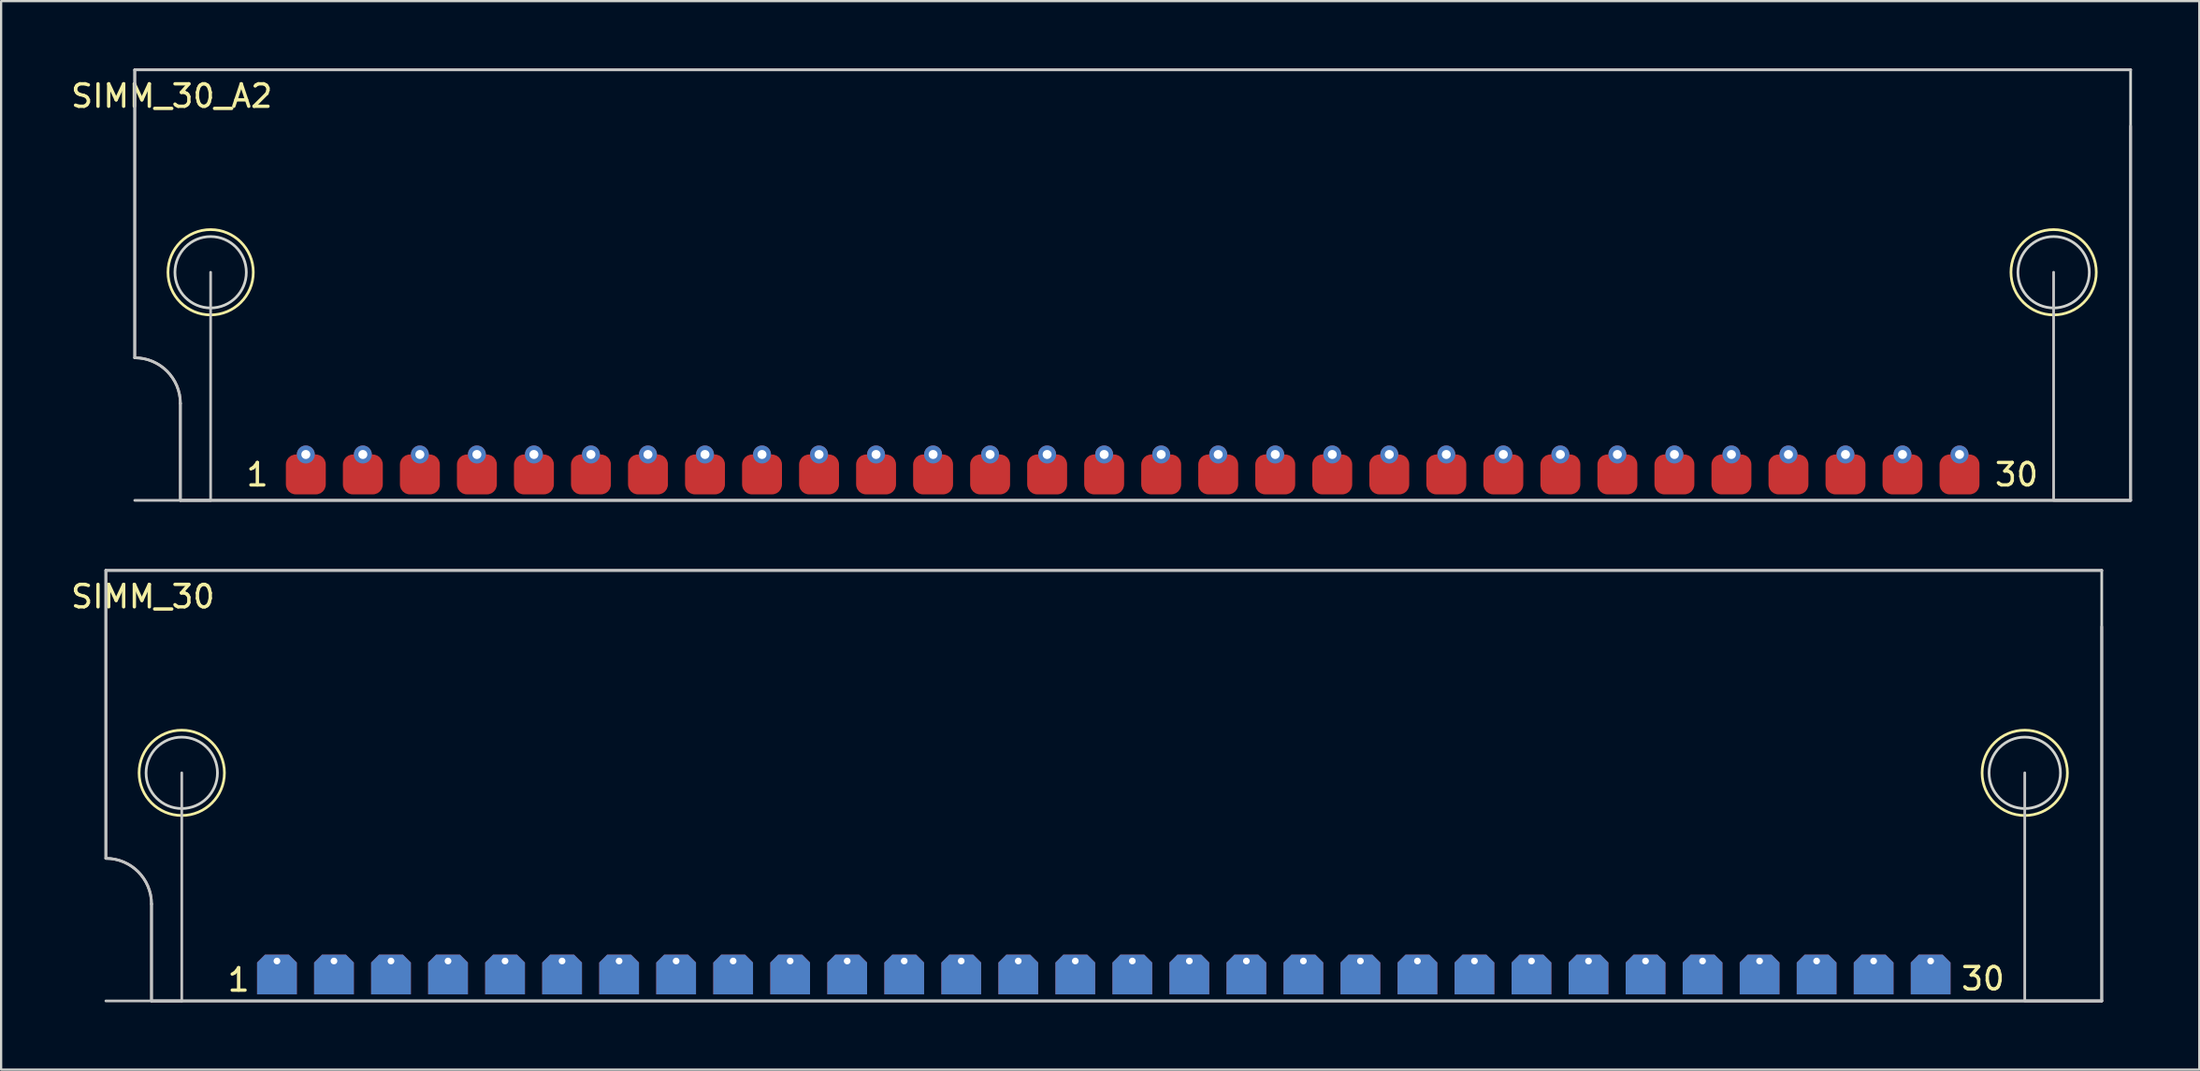
<source format=kicad_pcb>
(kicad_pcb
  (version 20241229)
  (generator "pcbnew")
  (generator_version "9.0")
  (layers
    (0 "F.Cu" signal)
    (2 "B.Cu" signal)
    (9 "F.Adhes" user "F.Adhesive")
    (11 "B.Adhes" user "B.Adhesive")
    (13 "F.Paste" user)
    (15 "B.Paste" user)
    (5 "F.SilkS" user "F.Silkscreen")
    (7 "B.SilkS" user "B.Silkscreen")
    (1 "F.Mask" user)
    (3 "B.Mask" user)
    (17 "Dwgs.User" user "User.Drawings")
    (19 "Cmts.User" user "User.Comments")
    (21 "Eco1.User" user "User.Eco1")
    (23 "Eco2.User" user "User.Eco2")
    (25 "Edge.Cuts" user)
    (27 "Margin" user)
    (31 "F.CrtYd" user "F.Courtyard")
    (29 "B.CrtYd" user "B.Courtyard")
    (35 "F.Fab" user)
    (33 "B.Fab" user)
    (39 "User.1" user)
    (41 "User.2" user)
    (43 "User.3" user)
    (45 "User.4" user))
  (footprint "SIMM_30"
    (layer "F.Cu")
    (at 44.846 39.756)
    (property "Reference" "SIMM_30" (at -41.531 -16.231 0) (unlocked yes) (layer "F.SilkS") (effects (font (size 1 1) (thickness 0.15))))
    (attr smd)
    (fp_circle (center -39.8 -8.382) (end -37.9 -8.382) (stroke (width 0.12) (type solid)) (fill no) (layer "F.SilkS"))
    (fp_circle (center 42.291 -8.382) (end 44.191 -8.382) (stroke (width 0.12) (type solid)) (fill no) (layer "F.SilkS"))
    (fp_line (start -43.18 -17.399) (end 45.72 -17.399) (stroke (width 0.12) (type solid)) (layer "Dwgs.User"))
    (fp_line (start -43.18 -4.572) (end -43.18 -17.399) (stroke (width 0.12) (type solid)) (layer "Dwgs.User"))
    (fp_line (start -41.148 -2.54) (end -41.148 1.778) (stroke (width 0.12) (type solid)) (layer "Dwgs.User"))
    (fp_line (start -41.148 1.778) (end 45.72 1.778) (stroke (width 0.12) (type solid)) (layer "Dwgs.User"))
    (fp_line (start -39.8 1.778) (end -43.18 1.778) (stroke (width 0.12) (type solid)) (layer "Dwgs.User"))
    (fp_line (start -39.8 1.778) (end -39.8 -8.382) (stroke (width 0.12) (type solid)) (layer "Dwgs.User"))
    (fp_line (start 42.291 1.778) (end 42.291 -8.382) (stroke (width 0.12) (type solid)) (layer "Dwgs.User"))
    (fp_line (start 45.72 1.778) (end 42.34 1.778) (stroke (width 0.12) (type solid)) (layer "Dwgs.User"))
    (fp_line (start 45.72 1.778) (end 45.72 -14.892) (stroke (width 0.12) (type solid)) (layer "Dwgs.User"))
    (fp_arc (start -43.18 -4.572) (mid -41.743159 -3.976841) (end -41.148 -2.54) (stroke (width 0.12) (type solid)) (layer "Dwgs.User"))
    (fp_line (start -43.18 -17.399) (end 45.72 -17.399) (stroke (width 0.12) (type solid)) (layer "Edge.Cuts"))
    (fp_line (start -43.18 -4.572) (end -43.18 -17.399) (stroke (width 0.12) (type solid)) (layer "Edge.Cuts"))
    (fp_line (start -41.148 -2.54) (end -41.148 1.778) (stroke (width 0.12) (type solid)) (layer "Edge.Cuts"))
    (fp_line (start -41.148 1.778) (end 45.72 1.778) (stroke (width 0.12) (type solid)) (layer "Edge.Cuts"))
    (fp_line (start 45.72 1.778) (end 45.72 -17.399) (stroke (width 0.12) (type solid)) (layer "Edge.Cuts"))
    (fp_arc (start -43.18 -4.572) (mid -41.743159 -3.976841) (end -41.148 -2.54) (stroke (width 0.12) (type solid)) (layer "Edge.Cuts"))
    (fp_circle (center -39.8 -8.382) (end -38.21 -8.382) (stroke (width 0.12) (type solid)) (fill no) (layer "Edge.Cuts"))
    (fp_circle (center 42.291 -8.382) (end 43.881 -8.382) (stroke (width 0.12) (type solid)) (fill no) (layer "Edge.Cuts"))
    (fp_text user "1" (at -37.267 0.841 0) (unlocked yes) (layer "F.SilkS") (effects (font (size 1 1) (thickness 0.15))))
    (fp_text user "30" (at 40.431 0.79 0) (unlocked yes) (layer "F.SilkS") (effects (font (size 1 1) (thickness 0.15))))
    (pad "1" thru_hole roundrect (at -35.56 0 270) (size 1.77 1.77) (drill 0.3 (offset 0.6 0)) (layers "*.Cu" "*.Mask") (remove_unused_layers yes) (keep_end_layers yes) (zone_layer_connections) (roundrect_rratio 0) (chamfer_ratio 0.2) (chamfer top_left bottom_left))
    (pad "2" thru_hole roundrect (at -33.02 0 270) (size 1.77 1.77) (drill 0.3 (offset 0.6 0)) (layers "*.Cu" "*.Mask") (remove_unused_layers yes) (keep_end_layers yes) (zone_layer_connections) (roundrect_rratio 0) (chamfer_ratio 0.2) (chamfer top_left bottom_left))
    (pad "3" thru_hole roundrect (at -30.48 0 270) (size 1.77 1.77) (drill 0.3 (offset 0.6 0)) (layers "*.Cu" "*.Mask") (remove_unused_layers yes) (keep_end_layers yes) (zone_layer_connections) (roundrect_rratio 0) (chamfer_ratio 0.2) (chamfer top_left bottom_left))
    (pad "4" thru_hole roundrect (at -27.94 0 270) (size 1.77 1.77) (drill 0.3 (offset 0.6 0)) (layers "*.Cu" "*.Mask") (remove_unused_layers yes) (keep_end_layers yes) (zone_layer_connections) (roundrect_rratio 0) (chamfer_ratio 0.2) (chamfer top_left bottom_left))
    (pad "5" thru_hole roundrect (at -25.4 0 270) (size 1.77 1.77) (drill 0.3 (offset 0.6 0)) (layers "*.Cu" "*.Mask") (remove_unused_layers yes) (keep_end_layers yes) (zone_layer_connections) (roundrect_rratio 0) (chamfer_ratio 0.2) (chamfer top_left bottom_left))
    (pad "6" thru_hole roundrect (at -22.86 0 270) (size 1.77 1.77) (drill 0.3 (offset 0.6 0)) (layers "*.Cu" "*.Mask") (remove_unused_layers yes) (keep_end_layers yes) (zone_layer_connections) (roundrect_rratio 0) (chamfer_ratio 0.2) (chamfer top_left bottom_left))
    (pad "7" thru_hole roundrect (at -20.32 0 270) (size 1.77 1.77) (drill 0.3 (offset 0.6 0)) (layers "*.Cu" "*.Mask") (remove_unused_layers yes) (keep_end_layers yes) (zone_layer_connections) (roundrect_rratio 0) (chamfer_ratio 0.2) (chamfer top_left bottom_left))
    (pad "8" thru_hole roundrect (at -17.78 0 270) (size 1.77 1.77) (drill 0.3 (offset 0.6 0)) (layers "*.Cu" "*.Mask") (remove_unused_layers yes) (keep_end_layers yes) (zone_layer_connections) (roundrect_rratio 0) (chamfer_ratio 0.2) (chamfer top_left bottom_left))
    (pad "9" thru_hole roundrect (at -15.24 0 270) (size 1.77 1.77) (drill 0.3 (offset 0.6 0)) (layers "*.Cu" "*.Mask") (remove_unused_layers yes) (keep_end_layers yes) (zone_layer_connections) (roundrect_rratio 0) (chamfer_ratio 0.2) (chamfer top_left bottom_left))
    (pad "10" thru_hole roundrect (at -12.7 0 270) (size 1.77 1.77) (drill 0.3 (offset 0.6 0)) (layers "*.Cu" "*.Mask") (remove_unused_layers yes) (keep_end_layers yes) (zone_layer_connections) (roundrect_rratio 0) (chamfer_ratio 0.2) (chamfer top_left bottom_left))
    (pad "11" thru_hole roundrect (at -10.16 0 270) (size 1.77 1.77) (drill 0.3 (offset 0.6 0)) (layers "*.Cu" "*.Mask") (remove_unused_layers yes) (keep_end_layers yes) (zone_layer_connections) (roundrect_rratio 0) (chamfer_ratio 0.2) (chamfer top_left bottom_left))
    (pad "12" thru_hole roundrect (at -7.62 0 270) (size 1.77 1.77) (drill 0.3 (offset 0.6 0)) (layers "*.Cu" "*.Mask") (remove_unused_layers yes) (keep_end_layers yes) (zone_layer_connections) (roundrect_rratio 0) (chamfer_ratio 0.2) (chamfer top_left bottom_left))
    (pad "13" thru_hole roundrect (at -5.08 0 270) (size 1.77 1.77) (drill 0.3 (offset 0.6 0)) (layers "*.Cu" "*.Mask") (remove_unused_layers yes) (keep_end_layers yes) (zone_layer_connections) (roundrect_rratio 0) (chamfer_ratio 0.2) (chamfer top_left bottom_left))
    (pad "14" thru_hole roundrect (at -2.54 0 270) (size 1.77 1.77) (drill 0.3 (offset 0.6 0)) (layers "*.Cu" "*.Mask") (remove_unused_layers yes) (keep_end_layers yes) (zone_layer_connections) (roundrect_rratio 0) (chamfer_ratio 0.2) (chamfer top_left bottom_left))
    (pad "15" thru_hole roundrect (at 0 0 270) (size 1.77 1.77) (drill 0.3 (offset 0.6 0)) (layers "*.Cu" "*.Mask") (remove_unused_layers yes) (keep_end_layers yes) (zone_layer_connections) (roundrect_rratio 0) (chamfer_ratio 0.2) (chamfer top_left bottom_left))
    (pad "16" thru_hole roundrect (at 2.54 0 270) (size 1.77 1.77) (drill 0.3 (offset 0.6 0)) (layers "*.Cu" "*.Mask") (remove_unused_layers yes) (keep_end_layers yes) (zone_layer_connections) (roundrect_rratio 0) (chamfer_ratio 0.2) (chamfer top_left bottom_left))
    (pad "17" thru_hole roundrect (at 5.08 0 270) (size 1.77 1.77) (drill 0.3 (offset 0.6 0)) (layers "*.Cu" "*.Mask") (remove_unused_layers yes) (keep_end_layers yes) (zone_layer_connections) (roundrect_rratio 0) (chamfer_ratio 0.2) (chamfer top_left bottom_left))
    (pad "18" thru_hole roundrect (at 7.62 0 270) (size 1.77 1.77) (drill 0.3 (offset 0.6 0)) (layers "*.Cu" "*.Mask") (remove_unused_layers yes) (keep_end_layers yes) (zone_layer_connections) (roundrect_rratio 0) (chamfer_ratio 0.2) (chamfer top_left bottom_left))
    (pad "19" thru_hole roundrect (at 10.16 0 270) (size 1.77 1.77) (drill 0.3 (offset 0.6 0)) (layers "*.Cu" "*.Mask") (remove_unused_layers yes) (keep_end_layers yes) (zone_layer_connections) (roundrect_rratio 0) (chamfer_ratio 0.2) (chamfer top_left bottom_left))
    (pad "20" thru_hole roundrect (at 12.7 0 270) (size 1.77 1.77) (drill 0.3 (offset 0.6 0)) (layers "*.Cu" "*.Mask") (remove_unused_layers yes) (keep_end_layers yes) (zone_layer_connections) (roundrect_rratio 0) (chamfer_ratio 0.2) (chamfer top_left bottom_left))
    (pad "21" thru_hole roundrect (at 15.24 0 270) (size 1.77 1.77) (drill 0.3 (offset 0.6 0)) (layers "*.Cu" "*.Mask") (remove_unused_layers yes) (keep_end_layers yes) (zone_layer_connections) (roundrect_rratio 0) (chamfer_ratio 0.2) (chamfer top_left bottom_left))
    (pad "22" thru_hole roundrect (at 17.78 0 270) (size 1.77 1.77) (drill 0.3 (offset 0.6 0)) (layers "*.Cu" "*.Mask") (remove_unused_layers yes) (keep_end_layers yes) (zone_layer_connections) (roundrect_rratio 0) (chamfer_ratio 0.2) (chamfer top_left bottom_left))
    (pad "23" thru_hole roundrect (at 20.32 0 270) (size 1.77 1.77) (drill 0.3 (offset 0.6 0)) (layers "*.Cu" "*.Mask") (remove_unused_layers yes) (keep_end_layers yes) (zone_layer_connections) (roundrect_rratio 0) (chamfer_ratio 0.2) (chamfer top_left bottom_left))
    (pad "24" thru_hole roundrect (at 22.86 0 270) (size 1.77 1.77) (drill 0.3 (offset 0.6 0)) (layers "*.Cu" "*.Mask") (remove_unused_layers yes) (keep_end_layers yes) (zone_layer_connections) (roundrect_rratio 0) (chamfer_ratio 0.2) (chamfer top_left bottom_left))
    (pad "25" thru_hole roundrect (at 25.4 0 270) (size 1.77 1.77) (drill 0.3 (offset 0.6 0)) (layers "*.Cu" "*.Mask") (remove_unused_layers yes) (keep_end_layers yes) (zone_layer_connections) (roundrect_rratio 0) (chamfer_ratio 0.2) (chamfer top_left bottom_left))
    (pad "26" thru_hole roundrect (at 27.94 0 270) (size 1.77 1.77) (drill 0.3 (offset 0.6 0)) (layers "*.Cu" "*.Mask") (remove_unused_layers yes) (keep_end_layers yes) (zone_layer_connections) (roundrect_rratio 0) (chamfer_ratio 0.2) (chamfer top_left bottom_left))
    (pad "27" thru_hole roundrect (at 30.48 0 270) (size 1.77 1.77) (drill 0.3 (offset 0.6 0)) (layers "*.Cu" "*.Mask") (remove_unused_layers yes) (keep_end_layers yes) (zone_layer_connections) (roundrect_rratio 0) (chamfer_ratio 0.2) (chamfer top_left bottom_left))
    (pad "28" thru_hole roundrect (at 33.02 0 270) (size 1.77 1.77) (drill 0.3 (offset 0.6 0)) (layers "*.Cu" "*.Mask") (remove_unused_layers yes) (keep_end_layers yes) (zone_layer_connections) (roundrect_rratio 0) (chamfer_ratio 0.2) (chamfer top_left bottom_left))
    (pad "29" thru_hole roundrect (at 35.56 0 270) (size 1.77 1.77) (drill 0.3 (offset 0.6 0)) (layers "*.Cu" "*.Mask") (remove_unused_layers yes) (keep_end_layers yes) (zone_layer_connections) (roundrect_rratio 0) (chamfer_ratio 0.2) (chamfer top_left bottom_left))
    (pad "30" thru_hole roundrect (at 38.1 0 270) (size 1.77 1.77) (drill 0.3 (offset 0.6 0)) (layers "*.Cu" "*.Mask") (remove_unused_layers yes) (keep_end_layers yes) (zone_layer_connections) (roundrect_rratio 0) (chamfer_ratio 0.2) (chamfer top_left bottom_left)))
  (footprint "SIMM_30_A2"
    (layer "F.Cu")
    (at 46.132 17.459)
    (property "Reference" "SIMM_30_A2" (at -41.531 -16.231 0) (unlocked yes) (layer "F.SilkS") (effects (font (size 1 1) (thickness 0.15))))
    (attr smd)
    (fp_circle (center -39.8 -8.382) (end -37.9 -8.382) (stroke (width 0.12) (type solid)) (fill no) (layer "F.SilkS"))
    (fp_circle (center 42.291 -8.382) (end 44.191 -8.382) (stroke (width 0.12) (type solid)) (fill no) (layer "F.SilkS"))
    (fp_line (start -43.18 -17.399) (end 45.72 -17.399) (stroke (width 0.12) (type solid)) (layer "Dwgs.User"))
    (fp_line (start -43.18 -4.572) (end -43.18 -17.399) (stroke (width 0.12) (type solid)) (layer "Dwgs.User"))
    (fp_line (start -41.148 -2.54) (end -41.148 1.778) (stroke (width 0.12) (type solid)) (layer "Dwgs.User"))
    (fp_line (start -41.148 1.778) (end 45.72 1.778) (stroke (width 0.12) (type solid)) (layer "Dwgs.User"))
    (fp_line (start -39.8 1.778) (end -43.18 1.778) (stroke (width 0.12) (type solid)) (layer "Dwgs.User"))
    (fp_line (start -39.8 1.778) (end -39.8 -8.382) (stroke (width 0.12) (type solid)) (layer "Dwgs.User"))
    (fp_line (start 42.291 1.778) (end 42.291 -8.382) (stroke (width 0.12) (type solid)) (layer "Dwgs.User"))
    (fp_line (start 45.72 1.778) (end 42.34 1.778) (stroke (width 0.12) (type solid)) (layer "Dwgs.User"))
    (fp_line (start 45.72 1.778) (end 45.72 -14.892) (stroke (width 0.12) (type solid)) (layer "Dwgs.User"))
    (fp_arc (start -43.18 -4.572) (mid -41.743159 -3.976841) (end -41.148 -2.54) (stroke (width 0.12) (type solid)) (layer "Dwgs.User"))
    (fp_line (start -43.18 -17.399) (end 45.72 -17.399) (stroke (width 0.12) (type solid)) (layer "Edge.Cuts"))
    (fp_line (start -43.18 -4.572) (end -43.18 -17.399) (stroke (width 0.12) (type solid)) (layer "Edge.Cuts"))
    (fp_line (start -41.148 -2.54) (end -41.148 1.778) (stroke (width 0.12) (type solid)) (layer "Edge.Cuts"))
    (fp_line (start -41.148 1.778) (end 45.72 1.778) (stroke (width 0.12) (type solid)) (layer "Edge.Cuts"))
    (fp_line (start 45.72 1.778) (end 45.72 -17.399) (stroke (width 0.12) (type solid)) (layer "Edge.Cuts"))
    (fp_arc (start -43.18 -4.572) (mid -41.743159 -3.976841) (end -41.148 -2.54) (stroke (width 0.12) (type solid)) (layer "Edge.Cuts"))
    (fp_circle (center -39.8 -8.382) (end -38.21 -8.382) (stroke (width 0.12) (type solid)) (fill no) (layer "Edge.Cuts"))
    (fp_circle (center 42.291 -8.382) (end 43.881 -8.382) (stroke (width 0.12) (type solid)) (fill no) (layer "Edge.Cuts"))
    (fp_text user "30" (at 40.64 0.635 0) (unlocked yes) (layer "F.SilkS") (effects (font (size 1 1) (thickness 0.15))))
    (fp_text user "1" (at -37.719 0.635 0) (unlocked yes) (layer "F.SilkS") (effects (font (size 1 1) (thickness 0.15))))
    (pad "1" thru_hole circle (at -35.56 -0.265) (size 0.8 0.8) (drill 0.4) (layers "*.Cu" "*.Mask"))
    (pad "1" smd roundrect (at -35.56 0.624) (size 1.778 1.778) (layers "*.Mask" "F.Cu") (roundrect_rratio 0.25))
    (pad "2" thru_hole circle (at -33.02 -0.265) (size 0.8 0.8) (drill 0.4) (layers "*.Cu" "*.Mask"))
    (pad "2" smd roundrect (at -33.02 0.624) (size 1.778 1.778) (layers "*.Mask" "F.Cu") (roundrect_rratio 0.25))
    (pad "3" thru_hole circle (at -30.48 -0.265) (size 0.8 0.8) (drill 0.4) (layers "*.Cu" "*.Mask"))
    (pad "3" smd roundrect (at -30.48 0.624) (size 1.778 1.778) (layers "*.Mask" "F.Cu") (roundrect_rratio 0.25))
    (pad "4" thru_hole circle (at -27.94 -0.265) (size 0.8 0.8) (drill 0.4) (layers "*.Cu" "*.Mask"))
    (pad "4" smd roundrect (at -27.94 0.624) (size 1.778 1.778) (layers "*.Mask" "F.Cu") (roundrect_rratio 0.25))
    (pad "5" thru_hole circle (at -25.4 -0.265) (size 0.8 0.8) (drill 0.4) (layers "*.Cu" "*.Mask"))
    (pad "5" smd roundrect (at -25.4 0.624) (size 1.778 1.778) (layers "*.Mask" "F.Cu") (roundrect_rratio 0.25))
    (pad "6" thru_hole circle (at -22.86 -0.265) (size 0.8 0.8) (drill 0.4) (layers "*.Cu" "*.Mask"))
    (pad "6" smd roundrect (at -22.86 0.624) (size 1.778 1.778) (layers "*.Mask" "F.Cu") (roundrect_rratio 0.25))
    (pad "7" thru_hole circle (at -20.32 -0.265) (size 0.8 0.8) (drill 0.4) (layers "*.Cu" "*.Mask"))
    (pad "7" smd roundrect (at -20.32 0.624) (size 1.778 1.778) (layers "*.Mask" "F.Cu") (roundrect_rratio 0.25))
    (pad "8" thru_hole circle (at -17.78 -0.265) (size 0.8 0.8) (drill 0.4) (layers "*.Cu" "*.Mask"))
    (pad "8" smd roundrect (at -17.78 0.624) (size 1.778 1.778) (layers "*.Mask" "F.Cu") (roundrect_rratio 0.25))
    (pad "9" thru_hole circle (at -15.24 -0.265) (size 0.8 0.8) (drill 0.4) (layers "*.Cu" "*.Mask"))
    (pad "9" smd roundrect (at -15.24 0.624) (size 1.778 1.778) (layers "*.Mask" "F.Cu") (roundrect_rratio 0.25))
    (pad "10" thru_hole circle (at -12.7 -0.265) (size 0.8 0.8) (drill 0.4) (layers "*.Cu" "*.Mask"))
    (pad "10" smd roundrect (at -12.7 0.624) (size 1.778 1.778) (layers "*.Mask" "F.Cu") (roundrect_rratio 0.25))
    (pad "11" thru_hole circle (at -10.16 -0.265) (size 0.8 0.8) (drill 0.4) (layers "*.Cu" "*.Mask"))
    (pad "11" smd roundrect (at -10.16 0.624) (size 1.778 1.778) (layers "*.Mask" "F.Cu") (roundrect_rratio 0.25))
    (pad "12" thru_hole circle (at -7.62 -0.265) (size 0.8 0.8) (drill 0.4) (layers "*.Cu" "*.Mask"))
    (pad "12" smd roundrect (at -7.62 0.624) (size 1.778 1.778) (layers "*.Mask" "F.Cu") (roundrect_rratio 0.25))
    (pad "13" thru_hole circle (at -5.08 -0.265) (size 0.8 0.8) (drill 0.4) (layers "*.Cu" "*.Mask"))
    (pad "13" smd roundrect (at -5.08 0.624) (size 1.778 1.778) (layers "*.Mask" "F.Cu") (roundrect_rratio 0.25))
    (pad "14" thru_hole circle (at -2.54 -0.265) (size 0.8 0.8) (drill 0.4) (layers "*.Cu" "*.Mask"))
    (pad "14" smd roundrect (at -2.54 0.624) (size 1.778 1.778) (layers "*.Mask" "F.Cu") (roundrect_rratio 0.25))
    (pad "15" thru_hole circle (at 0 -0.265) (size 0.8 0.8) (drill 0.4) (layers "*.Cu" "*.Mask"))
    (pad "15" smd roundrect (at 0 0.624) (size 1.778 1.778) (layers "*.Mask" "F.Cu") (roundrect_rratio 0.25))
    (pad "16" thru_hole circle (at 2.54 -0.265) (size 0.8 0.8) (drill 0.4) (layers "*.Cu" "*.Mask"))
    (pad "16" smd roundrect (at 2.54 0.624) (size 1.778 1.778) (layers "*.Mask" "F.Cu") (roundrect_rratio 0.25))
    (pad "17" thru_hole circle (at 5.08 -0.265) (size 0.8 0.8) (drill 0.4) (layers "*.Cu" "*.Mask"))
    (pad "17" smd roundrect (at 5.08 0.624) (size 1.778 1.778) (layers "*.Mask" "F.Cu") (roundrect_rratio 0.25))
    (pad "18" thru_hole circle (at 7.62 -0.265) (size 0.8 0.8) (drill 0.4) (layers "*.Cu" "*.Mask"))
    (pad "18" smd roundrect (at 7.62 0.624) (size 1.778 1.778) (layers "*.Mask" "F.Cu") (roundrect_rratio 0.25))
    (pad "19" thru_hole circle (at 10.16 -0.265) (size 0.8 0.8) (drill 0.4) (layers "*.Cu" "*.Mask"))
    (pad "19" smd roundrect (at 10.16 0.624) (size 1.778 1.778) (layers "*.Mask" "F.Cu") (roundrect_rratio 0.25))
    (pad "20" thru_hole circle (at 12.7 -0.265) (size 0.8 0.8) (drill 0.4) (layers "*.Cu" "*.Mask"))
    (pad "20" smd roundrect (at 12.7 0.624) (size 1.778 1.778) (layers "*.Mask" "F.Cu") (roundrect_rratio 0.25))
    (pad "21" thru_hole circle (at 15.24 -0.265) (size 0.8 0.8) (drill 0.4) (layers "*.Cu" "*.Mask"))
    (pad "21" smd roundrect (at 15.24 0.624) (size 1.778 1.778) (layers "*.Mask" "F.Cu") (roundrect_rratio 0.25))
    (pad "22" thru_hole circle (at 17.78 -0.265) (size 0.8 0.8) (drill 0.4) (layers "*.Cu" "*.Mask"))
    (pad "22" smd roundrect (at 17.78 0.624) (size 1.778 1.778) (layers "*.Mask" "F.Cu") (roundrect_rratio 0.25))
    (pad "23" thru_hole circle (at 20.32 -0.265) (size 0.8 0.8) (drill 0.4) (layers "*.Cu" "*.Mask"))
    (pad "23" smd roundrect (at 20.32 0.624) (size 1.778 1.778) (layers "*.Mask" "F.Cu") (roundrect_rratio 0.25))
    (pad "24" thru_hole circle (at 22.86 -0.265) (size 0.8 0.8) (drill 0.4) (layers "*.Cu" "*.Mask"))
    (pad "24" smd roundrect (at 22.86 0.624) (size 1.778 1.778) (layers "*.Mask" "F.Cu") (roundrect_rratio 0.25))
    (pad "25" thru_hole circle (at 25.4 -0.265) (size 0.8 0.8) (drill 0.4) (layers "*.Cu" "*.Mask"))
    (pad "25" smd roundrect (at 25.4 0.624) (size 1.778 1.778) (layers "*.Mask" "F.Cu") (roundrect_rratio 0.25))
    (pad "26" thru_hole circle (at 27.94 -0.265) (size 0.8 0.8) (drill 0.4) (layers "*.Cu" "*.Mask"))
    (pad "26" smd roundrect (at 27.94 0.624) (size 1.778 1.778) (layers "*.Mask" "F.Cu") (roundrect_rratio 0.25))
    (pad "27" thru_hole circle (at 30.48 -0.265) (size 0.8 0.8) (drill 0.4) (layers "*.Cu" "*.Mask"))
    (pad "27" smd roundrect (at 30.48 0.624) (size 1.778 1.778) (layers "*.Mask" "F.Cu") (roundrect_rratio 0.25))
    (pad "28" thru_hole circle (at 33.02 -0.265) (size 0.8 0.8) (drill 0.4) (layers "*.Cu" "*.Mask"))
    (pad "28" smd roundrect (at 33.02 0.624) (size 1.778 1.778) (layers "*.Mask" "F.Cu") (roundrect_rratio 0.25))
    (pad "29" thru_hole circle (at 35.56 -0.265) (size 0.8 0.8) (drill 0.4) (layers "*.Cu" "*.Mask"))
    (pad "29" smd roundrect (at 35.56 0.624) (size 1.778 1.778) (layers "*.Mask" "F.Cu") (roundrect_rratio 0.25))
    (pad "30" thru_hole circle (at 38.1 -0.265) (size 0.8 0.8) (drill 0.4) (layers "*.Cu" "*.Mask"))
    (pad "30" smd roundrect (at 38.1 0.624) (size 1.778 1.778) (layers "*.Mask" "F.Cu") (roundrect_rratio 0.25)))
  (gr_rect
    (start -3 -3)
    (end 94.912 44.594)
    (stroke (width 0.1) (type default))
    (fill no)
    (layer "Edge.Cuts")))
</source>
